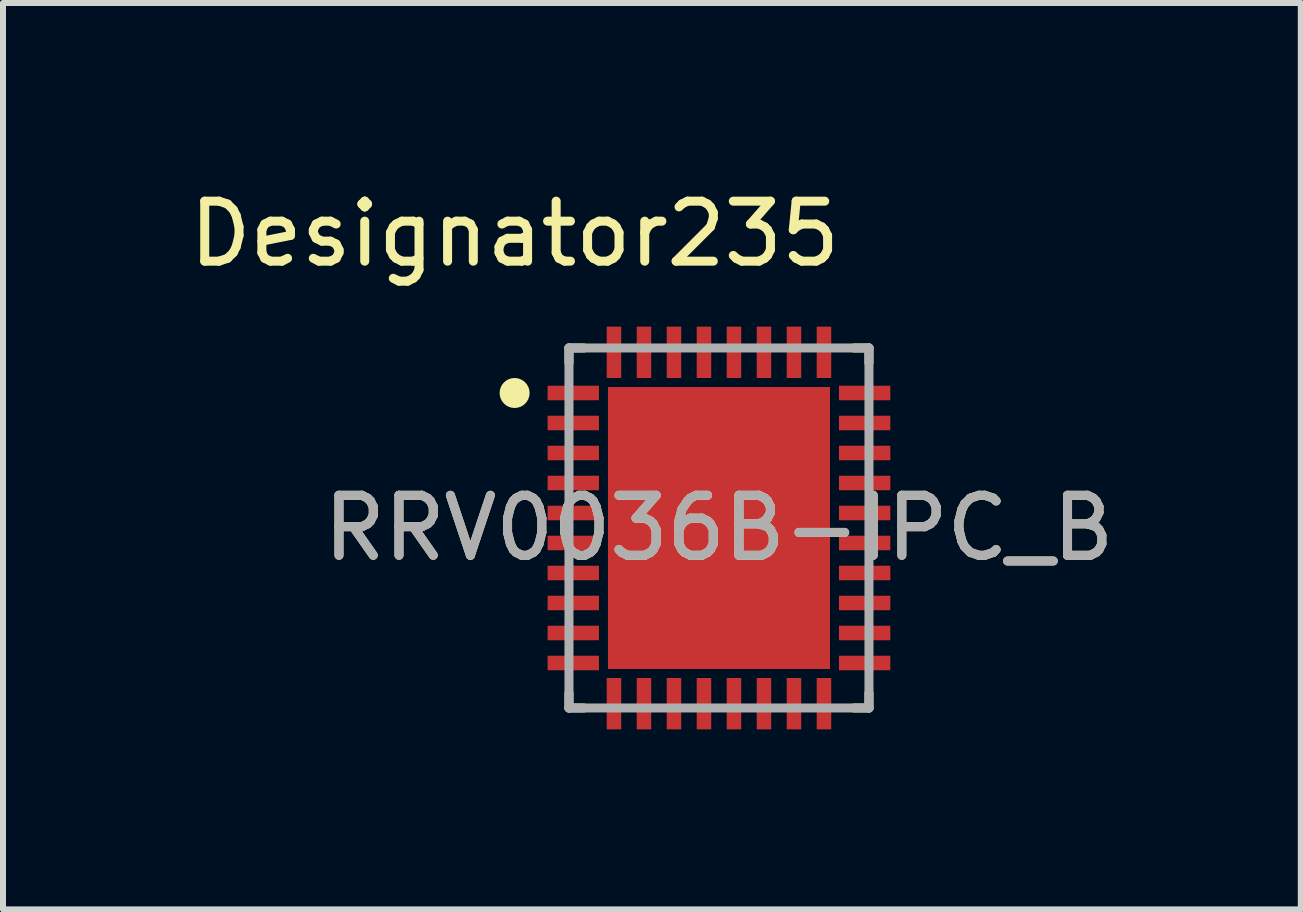
<source format=kicad_pcb>
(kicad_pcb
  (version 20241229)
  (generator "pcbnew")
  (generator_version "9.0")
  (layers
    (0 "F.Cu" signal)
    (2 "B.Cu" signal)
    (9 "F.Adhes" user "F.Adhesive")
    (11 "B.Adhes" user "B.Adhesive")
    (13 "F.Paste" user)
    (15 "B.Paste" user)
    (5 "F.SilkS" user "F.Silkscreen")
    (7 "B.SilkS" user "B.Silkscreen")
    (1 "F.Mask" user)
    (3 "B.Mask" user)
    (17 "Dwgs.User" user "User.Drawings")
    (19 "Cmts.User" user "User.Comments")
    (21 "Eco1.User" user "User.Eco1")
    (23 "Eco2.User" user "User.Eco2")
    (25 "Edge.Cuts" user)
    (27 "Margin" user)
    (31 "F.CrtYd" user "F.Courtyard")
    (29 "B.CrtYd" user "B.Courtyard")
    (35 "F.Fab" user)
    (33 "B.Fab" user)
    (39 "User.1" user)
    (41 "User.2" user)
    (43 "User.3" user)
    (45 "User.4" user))
  (footprint "RRV0036B-IPC_B"
    (layer "F.Cu")
    (at 8.933 5.75)
    (property "Reference" "RRV0036B-IPC_B" (at 0 0 0) (unlocked yes) (layer "F.SilkS") (effects (font (size 1 1) (thickness 0.15))))
    (attr smd)
    (fp_line (start -2.5 -3) (end -2.25 -3) (stroke (width 0.15) (type solid)) (layer "F.SilkS"))
    (fp_line (start -2.5 -2.75) (end -2.5 -3) (stroke (width 0.15) (type solid)) (layer "F.SilkS"))
    (fp_line (start -2.5 3) (end -2.5 2.75) (stroke (width 0.15) (type solid)) (layer "F.SilkS"))
    (fp_line (start -2.5 3) (end -2.25 3) (stroke (width 0.15) (type solid)) (layer "F.SilkS"))
    (fp_line (start 2.25 -3) (end 2.5 -3) (stroke (width 0.15) (type solid)) (layer "F.SilkS"))
    (fp_line (start 2.25 3) (end 2.5 3) (stroke (width 0.15) (type solid)) (layer "F.SilkS"))
    (fp_line (start 2.5 -2.75) (end 2.5 -3) (stroke (width 0.15) (type solid)) (layer "F.SilkS"))
    (fp_line (start 2.5 3) (end 2.5 2.75) (stroke (width 0.15) (type solid)) (layer "F.SilkS"))
    (fp_circle (center -3.406 -2.25) (end -3.281 -2.25) (stroke (width 0.25) (type solid)) (fill no) (layer "F.SilkS"))
    (fp_poly (pts (xy -1.271 -0.289) (xy 1.271 -0.289) (xy 1.271 -1.771) (xy -1.271 -1.771)) (stroke (width 0) (type solid)) (fill yes) (layer "F.Paste"))
    (fp_poly (pts (xy -1.271 1.771) (xy 1.271 1.771) (xy 1.271 0.289) (xy -1.271 0.289)) (stroke (width 0) (type solid)) (fill yes) (layer "F.Paste"))
    (fp_line (start -2.5 -3) (end 2.5 -3) (stroke (width 0.15) (type solid)) (layer "F.Fab"))
    (fp_line (start -2.5 3) (end -2.5 -3) (stroke (width 0.15) (type solid)) (layer "F.Fab"))
    (fp_line (start -2.5 3) (end 2.5 3) (stroke (width 0.15) (type solid)) (layer "F.Fab"))
    (fp_line (start 2.5 3) (end 2.5 -3) (stroke (width 0.15) (type solid)) (layer "F.Fab"))
    (fp_text user "Designator235" (at -3.404 -4.902 0) (unlocked yes) (layer "F.SilkS") (effects (font (size 1 1) (thickness 0.15))))
    (fp_text user "${REFERENCE}" (at 0 0 0) (unlocked yes) (layer "F.Fab") (effects (font (size 1 1) (thickness 0.15))))
    (pad "1" smd rect (at -2.428 -2.25 90) (size 0.242 0.856) (layers "F.Cu" "F.Mask" "F.Paste"))
    (pad "2" smd rect (at -2.428 -1.75 90) (size 0.242 0.856) (layers "F.Cu" "F.Mask" "F.Paste"))
    (pad "3" smd rect (at -2.428 -1.25 90) (size 0.242 0.856) (layers "F.Cu" "F.Mask" "F.Paste"))
    (pad "4" smd rect (at -2.428 -0.75 90) (size 0.242 0.856) (layers "F.Cu" "F.Mask" "F.Paste"))
    (pad "5" smd rect (at -2.428 -0.25 90) (size 0.242 0.856) (layers "F.Cu" "F.Mask" "F.Paste"))
    (pad "6" smd rect (at -2.428 0.25 90) (size 0.242 0.856) (layers "F.Cu" "F.Mask" "F.Paste"))
    (pad "7" smd rect (at -2.428 0.75 90) (size 0.242 0.856) (layers "F.Cu" "F.Mask" "F.Paste"))
    (pad "8" smd rect (at -2.428 1.25 90) (size 0.242 0.856) (layers "F.Cu" "F.Mask" "F.Paste"))
    (pad "9" smd rect (at -2.428 1.75 90) (size 0.242 0.856) (layers "F.Cu" "F.Mask" "F.Paste"))
    (pad "10" smd rect (at -2.428 2.25 90) (size 0.242 0.856) (layers "F.Cu" "F.Mask" "F.Paste"))
    (pad "11" smd rect (at -1.75 2.928) (size 0.242 0.856) (layers "F.Cu" "F.Mask" "F.Paste"))
    (pad "12" smd rect (at -1.25 2.928) (size 0.242 0.856) (layers "F.Cu" "F.Mask" "F.Paste"))
    (pad "13" smd rect (at -0.75 2.928) (size 0.242 0.856) (layers "F.Cu" "F.Mask" "F.Paste"))
    (pad "14" smd rect (at -0.25 2.928) (size 0.242 0.856) (layers "F.Cu" "F.Mask" "F.Paste"))
    (pad "15" smd rect (at 0.25 2.928) (size 0.242 0.856) (layers "F.Cu" "F.Mask" "F.Paste"))
    (pad "16" smd rect (at 0.75 2.928) (size 0.242 0.856) (layers "F.Cu" "F.Mask" "F.Paste"))
    (pad "17" smd rect (at 1.25 2.928) (size 0.242 0.856) (layers "F.Cu" "F.Mask" "F.Paste"))
    (pad "18" smd rect (at 1.75 2.928) (size 0.242 0.856) (layers "F.Cu" "F.Mask" "F.Paste"))
    (pad "19" smd rect (at 2.428 2.25 90) (size 0.242 0.856) (layers "F.Cu" "F.Mask" "F.Paste"))
    (pad "20" smd rect (at 2.428 1.75 90) (size 0.242 0.856) (layers "F.Cu" "F.Mask" "F.Paste"))
    (pad "21" smd rect (at 2.428 1.25 90) (size 0.242 0.856) (layers "F.Cu" "F.Mask" "F.Paste"))
    (pad "22" smd rect (at 2.428 0.75 90) (size 0.242 0.856) (layers "F.Cu" "F.Mask" "F.Paste"))
    (pad "23" smd rect (at 2.428 0.25 90) (size 0.242 0.856) (layers "F.Cu" "F.Mask" "F.Paste"))
    (pad "24" smd rect (at 2.428 -0.25 90) (size 0.242 0.856) (layers "F.Cu" "F.Mask" "F.Paste"))
    (pad "25" smd rect (at 2.428 -0.75 90) (size 0.242 0.856) (layers "F.Cu" "F.Mask" "F.Paste"))
    (pad "26" smd rect (at 2.428 -1.25 90) (size 0.242 0.856) (layers "F.Cu" "F.Mask" "F.Paste"))
    (pad "27" smd rect (at 2.428 -1.75 90) (size 0.242 0.856) (layers "F.Cu" "F.Mask" "F.Paste"))
    (pad "28" smd rect (at 2.428 -2.25 90) (size 0.242 0.856) (layers "F.Cu" "F.Mask" "F.Paste"))
    (pad "29" smd rect (at 1.75 -2.928) (size 0.242 0.856) (layers "F.Cu" "F.Mask" "F.Paste"))
    (pad "30" smd rect (at 1.25 -2.928) (size 0.242 0.856) (layers "F.Cu" "F.Mask" "F.Paste"))
    (pad "31" smd rect (at 0.75 -2.928) (size 0.242 0.856) (layers "F.Cu" "F.Mask" "F.Paste"))
    (pad "32" smd rect (at 0.25 -2.928) (size 0.242 0.856) (layers "F.Cu" "F.Mask" "F.Paste"))
    (pad "33" smd rect (at -0.25 -2.928) (size 0.242 0.856) (layers "F.Cu" "F.Mask" "F.Paste"))
    (pad "34" smd rect (at -0.75 -2.928) (size 0.242 0.856) (layers "F.Cu" "F.Mask" "F.Paste"))
    (pad "35" smd rect (at -1.25 -2.928) (size 0.242 0.856) (layers "F.Cu" "F.Mask" "F.Paste"))
    (pad "36" smd rect (at -1.75 -2.928) (size 0.242 0.856) (layers "F.Cu" "F.Mask" "F.Paste"))
    (pad "37" smd rect (at 0 0) (size 3.7 4.7) (layers "F.Cu" "F.Mask")))
  (gr_rect
    (start -3 -3)
    (end 18.63 12.107)
    (stroke (width 0.1) (type default))
    (fill no)
    (layer "Edge.Cuts")))
</source>
